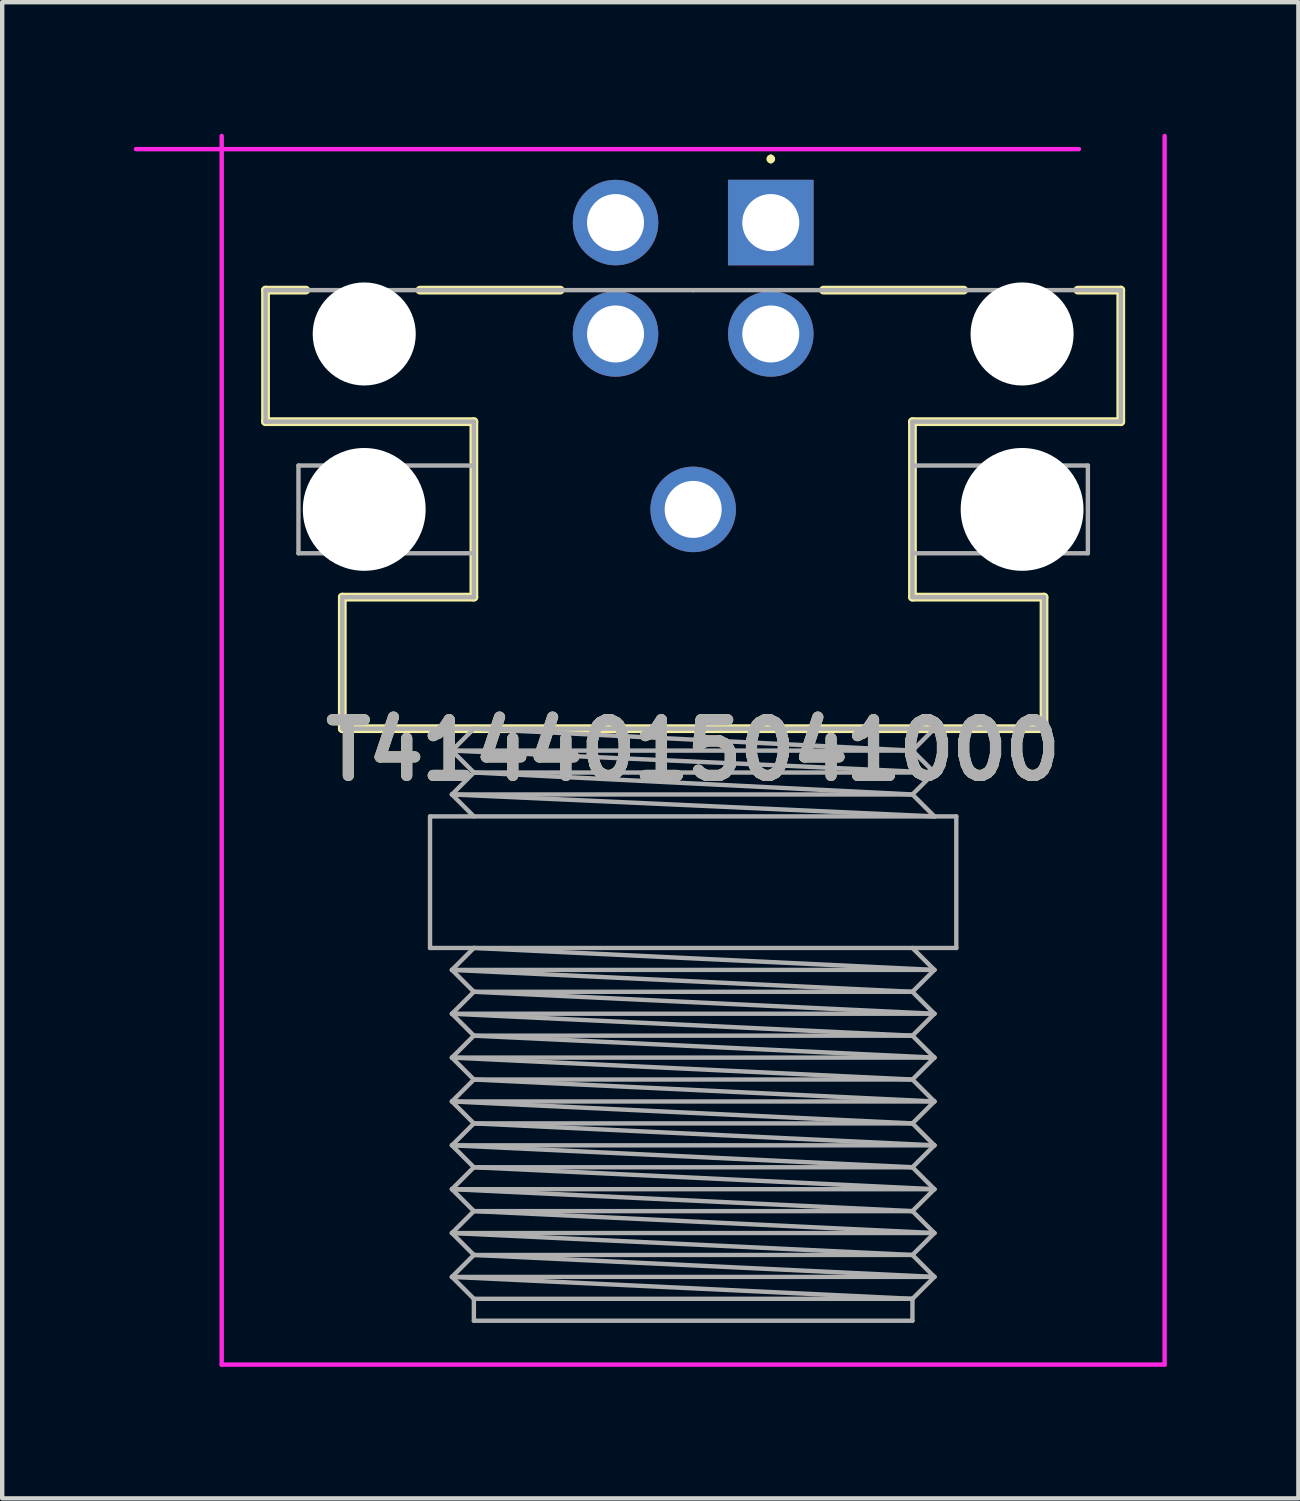
<source format=kicad_pcb>
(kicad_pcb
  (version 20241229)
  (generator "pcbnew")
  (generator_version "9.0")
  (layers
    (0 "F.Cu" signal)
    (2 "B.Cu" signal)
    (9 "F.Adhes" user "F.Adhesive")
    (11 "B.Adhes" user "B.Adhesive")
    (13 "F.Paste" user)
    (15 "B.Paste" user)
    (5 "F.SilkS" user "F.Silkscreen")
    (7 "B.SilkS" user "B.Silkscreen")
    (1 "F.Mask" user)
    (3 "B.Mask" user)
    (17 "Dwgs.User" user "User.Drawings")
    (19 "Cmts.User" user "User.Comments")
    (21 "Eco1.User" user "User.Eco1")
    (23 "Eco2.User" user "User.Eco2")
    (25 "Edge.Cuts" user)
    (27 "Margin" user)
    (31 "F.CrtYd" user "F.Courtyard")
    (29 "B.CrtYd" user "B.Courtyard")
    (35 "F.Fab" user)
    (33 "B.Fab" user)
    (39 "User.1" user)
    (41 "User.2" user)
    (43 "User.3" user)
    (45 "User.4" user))
  (footprint "T4144015041000"
    (layer "F.Cu")
    (at 14.525 2.025)
    (property "Reference" "T4144015041000" (at -1.77 12.032 0) (layer "F.SilkS") (effects (font (size 1.27 1.27) (thickness 0.254))))
    (attr through_hole)
    (fp_line (start -11.52 1.54) (end -10.6 1.54) (stroke (width 0.2) (type solid)) (layer "F.SilkS"))
    (fp_line (start -11.52 4.54) (end -11.52 1.54) (stroke (width 0.2) (type solid)) (layer "F.SilkS"))
    (fp_line (start -9.77 8.54) (end -6.77 8.54) (stroke (width 0.2) (type solid)) (layer "F.SilkS"))
    (fp_line (start -9.77 11.54) (end -9.77 8.54) (stroke (width 0.2) (type solid)) (layer "F.SilkS"))
    (fp_line (start -8 1.54) (end -4.8 1.54) (stroke (width 0.2) (type solid)) (layer "F.SilkS"))
    (fp_line (start -6.77 4.54) (end -11.52 4.54) (stroke (width 0.2) (type solid)) (layer "F.SilkS"))
    (fp_line (start -6.77 8.54) (end -6.77 4.54) (stroke (width 0.2) (type solid)) (layer "F.SilkS"))
    (fp_line (start 0 -1.5) (end 0 -1.5) (stroke (width 0.1) (type solid)) (layer "F.SilkS"))
    (fp_line (start 0 -1.4) (end 0 -1.4) (stroke (width 0.1) (type solid)) (layer "F.SilkS"))
    (fp_line (start 1.2 1.54) (end 4.4 1.54) (stroke (width 0.2) (type solid)) (layer "F.SilkS"))
    (fp_line (start 3.23 4.54) (end 3.23 8.54) (stroke (width 0.2) (type solid)) (layer "F.SilkS"))
    (fp_line (start 3.23 8.54) (end 6.23 8.54) (stroke (width 0.2) (type solid)) (layer "F.SilkS"))
    (fp_line (start 6.23 8.54) (end 6.23 11.54) (stroke (width 0.2) (type solid)) (layer "F.SilkS"))
    (fp_line (start 6.23 11.54) (end -9.77 11.54) (stroke (width 0.2) (type solid)) (layer "F.SilkS"))
    (fp_line (start 7 1.54) (end 7.98 1.54) (stroke (width 0.2) (type solid)) (layer "F.SilkS"))
    (fp_line (start 7.98 1.54) (end 7.98 4.54) (stroke (width 0.2) (type solid)) (layer "F.SilkS"))
    (fp_line (start 7.98 4.54) (end 3.23 4.54) (stroke (width 0.2) (type solid)) (layer "F.SilkS"))
    (fp_arc (start 0 -1.5) (mid 0.05 -1.45) (end 0 -1.4) (stroke (width 0.1) (type solid)) (layer "F.SilkS"))
    (fp_arc (start 0 -1.4) (mid -0.05 -1.45) (end 0 -1.5) (stroke (width 0.1) (type solid)) (layer "F.SilkS"))
    (fp_line (start -14.475 -1.675) (end 7.025 -1.675) (stroke (width 0.1) (type solid)) (layer "F.CrtYd"))
    (fp_line (start -12.52 26.04) (end -12.52 -1.975) (stroke (width 0.1) (type solid)) (layer "F.CrtYd"))
    (fp_line (start 8.98 -1.975) (end 8.98 26.04) (stroke (width 0.1) (type solid)) (layer "F.CrtYd"))
    (fp_line (start 8.98 26.04) (end -12.52 26.04) (stroke (width 0.1) (type solid)) (layer "F.CrtYd"))
    (fp_line (start -11.52 1.54) (end -1.77 1.54) (stroke (width 0.1) (type solid)) (layer "F.Fab"))
    (fp_line (start -11.52 4.54) (end -11.52 1.54) (stroke (width 0.1) (type solid)) (layer "F.Fab"))
    (fp_line (start -10.77 5.54) (end -10.77 7.54) (stroke (width 0.1) (type solid)) (layer "F.Fab"))
    (fp_line (start -10.77 7.54) (end -6.77 7.54) (stroke (width 0.1) (type solid)) (layer "F.Fab"))
    (fp_line (start -9.77 8.54) (end -6.77 8.54) (stroke (width 0.1) (type solid)) (layer "F.Fab"))
    (fp_line (start -9.77 11.54) (end -9.77 8.54) (stroke (width 0.1) (type solid)) (layer "F.Fab"))
    (fp_line (start -7.77 13.54) (end 4.23 13.54) (stroke (width 0.1) (type solid)) (layer "F.Fab"))
    (fp_line (start -7.77 16.54) (end -7.77 13.54) (stroke (width 0.1) (type solid)) (layer "F.Fab"))
    (fp_line (start -7.27 12.04) (end -6.77 12.54) (stroke (width 0.1) (type solid)) (layer "F.Fab"))
    (fp_line (start -7.27 12.04) (end 3.73 12.54) (stroke (width 0.1) (type solid)) (layer "F.Fab"))
    (fp_line (start -7.27 13.04) (end -6.77 13.54) (stroke (width 0.1) (type solid)) (layer "F.Fab"))
    (fp_line (start -7.27 13.04) (end 3.73 13.54) (stroke (width 0.1) (type solid)) (layer "F.Fab"))
    (fp_line (start -7.27 17.04) (end -6.77 17.54) (stroke (width 0.1) (type solid)) (layer "F.Fab"))
    (fp_line (start -7.27 17.04) (end 3.23 17.54) (stroke (width 0.1) (type solid)) (layer "F.Fab"))
    (fp_line (start -7.27 18.04) (end -6.77 18.54) (stroke (width 0.1) (type solid)) (layer "F.Fab"))
    (fp_line (start -7.27 18.04) (end 3.23 18.54) (stroke (width 0.1) (type solid)) (layer "F.Fab"))
    (fp_line (start -7.27 19.04) (end -6.77 19.54) (stroke (width 0.1) (type solid)) (layer "F.Fab"))
    (fp_line (start -7.27 19.04) (end 3.23 19.54) (stroke (width 0.1) (type solid)) (layer "F.Fab"))
    (fp_line (start -7.27 20.04) (end -6.77 20.54) (stroke (width 0.1) (type solid)) (layer "F.Fab"))
    (fp_line (start -7.27 20.04) (end 3.23 20.54) (stroke (width 0.1) (type solid)) (layer "F.Fab"))
    (fp_line (start -7.27 21.04) (end -6.77 21.54) (stroke (width 0.1) (type solid)) (layer "F.Fab"))
    (fp_line (start -7.27 21.04) (end 3.23 21.54) (stroke (width 0.1) (type solid)) (layer "F.Fab"))
    (fp_line (start -7.27 22.04) (end -6.77 22.54) (stroke (width 0.1) (type solid)) (layer "F.Fab"))
    (fp_line (start -7.27 22.04) (end 3.23 22.54) (stroke (width 0.1) (type solid)) (layer "F.Fab"))
    (fp_line (start -7.27 23.04) (end -6.77 23.54) (stroke (width 0.1) (type solid)) (layer "F.Fab"))
    (fp_line (start -7.27 23.04) (end 3.23 23.54) (stroke (width 0.1) (type solid)) (layer "F.Fab"))
    (fp_line (start -7.27 24.04) (end -6.77 24.54) (stroke (width 0.1) (type solid)) (layer "F.Fab"))
    (fp_line (start -7.27 24.04) (end 3.23 24.54) (stroke (width 0.1) (type solid)) (layer "F.Fab"))
    (fp_line (start -6.77 4.54) (end -11.52 4.54) (stroke (width 0.1) (type solid)) (layer "F.Fab"))
    (fp_line (start -6.77 5.54) (end -10.77 5.54) (stroke (width 0.1) (type solid)) (layer "F.Fab"))
    (fp_line (start -6.77 8.54) (end -6.77 4.54) (stroke (width 0.1) (type solid)) (layer "F.Fab"))
    (fp_line (start -6.77 11.54) (end -7.27 12.04) (stroke (width 0.1) (type solid)) (layer "F.Fab"))
    (fp_line (start -6.77 11.54) (end 3.23 12.04) (stroke (width 0.1) (type solid)) (layer "F.Fab"))
    (fp_line (start -6.77 12.54) (end -7.27 13.04) (stroke (width 0.1) (type solid)) (layer "F.Fab"))
    (fp_line (start -6.77 12.54) (end 3.23 13.04) (stroke (width 0.1) (type solid)) (layer "F.Fab"))
    (fp_line (start -6.77 16.54) (end -7.27 17.04) (stroke (width 0.1) (type solid)) (layer "F.Fab"))
    (fp_line (start -6.77 16.54) (end 3.73 17.04) (stroke (width 0.1) (type solid)) (layer "F.Fab"))
    (fp_line (start -6.77 17.54) (end -7.27 18.04) (stroke (width 0.1) (type solid)) (layer "F.Fab"))
    (fp_line (start -6.77 17.54) (end 3.73 18.04) (stroke (width 0.1) (type solid)) (layer "F.Fab"))
    (fp_line (start -6.77 18.54) (end -7.27 19.04) (stroke (width 0.1) (type solid)) (layer "F.Fab"))
    (fp_line (start -6.77 18.54) (end 3.73 19.04) (stroke (width 0.1) (type solid)) (layer "F.Fab"))
    (fp_line (start -6.77 19.54) (end -7.27 20.04) (stroke (width 0.1) (type solid)) (layer "F.Fab"))
    (fp_line (start -6.77 19.54) (end 3.73 20.04) (stroke (width 0.1) (type solid)) (layer "F.Fab"))
    (fp_line (start -6.77 20.54) (end -7.27 21.04) (stroke (width 0.1) (type solid)) (layer "F.Fab"))
    (fp_line (start -6.77 20.54) (end 3.73 21.04) (stroke (width 0.1) (type solid)) (layer "F.Fab"))
    (fp_line (start -6.77 21.54) (end -7.27 22.04) (stroke (width 0.1) (type solid)) (layer "F.Fab"))
    (fp_line (start -6.77 21.54) (end 3.73 22.04) (stroke (width 0.1) (type solid)) (layer "F.Fab"))
    (fp_line (start -6.77 22.54) (end -7.27 23.04) (stroke (width 0.1) (type solid)) (layer "F.Fab"))
    (fp_line (start -6.77 22.54) (end 3.73 23.04) (stroke (width 0.1) (type solid)) (layer "F.Fab"))
    (fp_line (start -6.77 23.54) (end -7.27 24.04) (stroke (width 0.1) (type solid)) (layer "F.Fab"))
    (fp_line (start -6.77 23.54) (end 3.73 24.04) (stroke (width 0.1) (type solid)) (layer "F.Fab"))
    (fp_line (start -6.77 24.54) (end -6.77 25.04) (stroke (width 0.1) (type solid)) (layer "F.Fab"))
    (fp_line (start -6.77 25.04) (end 3.23 25.04) (stroke (width 0.1) (type solid)) (layer "F.Fab"))
    (fp_line (start -1.77 1.54) (end 7.98 1.54) (stroke (width 0.1) (type solid)) (layer "F.Fab"))
    (fp_line (start 3.23 4.54) (end 3.23 8.54) (stroke (width 0.1) (type solid)) (layer "F.Fab"))
    (fp_line (start 3.23 5.54) (end 7.23 5.54) (stroke (width 0.1) (type solid)) (layer "F.Fab"))
    (fp_line (start 3.23 8.54) (end 6.23 8.54) (stroke (width 0.1) (type solid)) (layer "F.Fab"))
    (fp_line (start 3.23 12.04) (end -7.27 12.04) (stroke (width 0.1) (type solid)) (layer "F.Fab"))
    (fp_line (start 3.23 12.04) (end 3.73 12.54) (stroke (width 0.1) (type solid)) (layer "F.Fab"))
    (fp_line (start 3.23 13.04) (end -7.27 13.04) (stroke (width 0.1) (type solid)) (layer "F.Fab"))
    (fp_line (start 3.23 13.04) (end 3.73 13.54) (stroke (width 0.1) (type solid)) (layer "F.Fab"))
    (fp_line (start 3.23 17.54) (end -6.77 17.54) (stroke (width 0.1) (type solid)) (layer "F.Fab"))
    (fp_line (start 3.23 17.54) (end 3.73 17.04) (stroke (width 0.1) (type solid)) (layer "F.Fab"))
    (fp_line (start 3.23 18.54) (end -6.77 18.54) (stroke (width 0.1) (type solid)) (layer "F.Fab"))
    (fp_line (start 3.23 18.54) (end 3.73 18.04) (stroke (width 0.1) (type solid)) (layer "F.Fab"))
    (fp_line (start 3.23 19.54) (end -6.77 19.54) (stroke (width 0.1) (type solid)) (layer "F.Fab"))
    (fp_line (start 3.23 19.54) (end 3.73 19.04) (stroke (width 0.1) (type solid)) (layer "F.Fab"))
    (fp_line (start 3.23 20.54) (end -6.77 20.54) (stroke (width 0.1) (type solid)) (layer "F.Fab"))
    (fp_line (start 3.23 20.54) (end 3.73 20.04) (stroke (width 0.1) (type solid)) (layer "F.Fab"))
    (fp_line (start 3.23 21.54) (end -6.77 21.54) (stroke (width 0.1) (type solid)) (layer "F.Fab"))
    (fp_line (start 3.23 21.54) (end 3.73 21.04) (stroke (width 0.1) (type solid)) (layer "F.Fab"))
    (fp_line (start 3.23 22.54) (end -6.77 22.54) (stroke (width 0.1) (type solid)) (layer "F.Fab"))
    (fp_line (start 3.23 22.54) (end 3.73 22.04) (stroke (width 0.1) (type solid)) (layer "F.Fab"))
    (fp_line (start 3.23 23.54) (end -6.77 23.54) (stroke (width 0.1) (type solid)) (layer "F.Fab"))
    (fp_line (start 3.23 23.54) (end 3.73 23.04) (stroke (width 0.1) (type solid)) (layer "F.Fab"))
    (fp_line (start 3.23 24.54) (end -6.77 24.54) (stroke (width 0.1) (type solid)) (layer "F.Fab"))
    (fp_line (start 3.23 24.54) (end 3.73 24.04) (stroke (width 0.1) (type solid)) (layer "F.Fab"))
    (fp_line (start 3.23 25.04) (end 3.23 24.54) (stroke (width 0.1) (type solid)) (layer "F.Fab"))
    (fp_line (start 3.73 11.54) (end 3.23 12.04) (stroke (width 0.1) (type solid)) (layer "F.Fab"))
    (fp_line (start 3.73 12.54) (end -6.77 12.54) (stroke (width 0.1) (type solid)) (layer "F.Fab"))
    (fp_line (start 3.73 12.54) (end 3.23 13.04) (stroke (width 0.1) (type solid)) (layer "F.Fab"))
    (fp_line (start 3.73 17.04) (end -7.27 17.04) (stroke (width 0.1) (type solid)) (layer "F.Fab"))
    (fp_line (start 3.73 17.04) (end 3.23 16.54) (stroke (width 0.1) (type solid)) (layer "F.Fab"))
    (fp_line (start 3.73 18.04) (end -7.27 18.04) (stroke (width 0.1) (type solid)) (layer "F.Fab"))
    (fp_line (start 3.73 18.04) (end 3.23 17.54) (stroke (width 0.1) (type solid)) (layer "F.Fab"))
    (fp_line (start 3.73 19.04) (end -7.27 19.04) (stroke (width 0.1) (type solid)) (layer "F.Fab"))
    (fp_line (start 3.73 19.04) (end 3.23 18.54) (stroke (width 0.1) (type solid)) (layer "F.Fab"))
    (fp_line (start 3.73 20.04) (end -7.27 20.04) (stroke (width 0.1) (type solid)) (layer "F.Fab"))
    (fp_line (start 3.73 20.04) (end 3.23 19.54) (stroke (width 0.1) (type solid)) (layer "F.Fab"))
    (fp_line (start 3.73 21.04) (end -7.27 21.04) (stroke (width 0.1) (type solid)) (layer "F.Fab"))
    (fp_line (start 3.73 21.04) (end 3.23 20.54) (stroke (width 0.1) (type solid)) (layer "F.Fab"))
    (fp_line (start 3.73 22.04) (end -7.27 22.04) (stroke (width 0.1) (type solid)) (layer "F.Fab"))
    (fp_line (start 3.73 22.04) (end 3.23 21.54) (stroke (width 0.1) (type solid)) (layer "F.Fab"))
    (fp_line (start 3.73 23.04) (end -7.27 23.04) (stroke (width 0.1) (type solid)) (layer "F.Fab"))
    (fp_line (start 3.73 23.04) (end 3.23 22.54) (stroke (width 0.1) (type solid)) (layer "F.Fab"))
    (fp_line (start 3.73 24.04) (end -7.27 24.04) (stroke (width 0.1) (type solid)) (layer "F.Fab"))
    (fp_line (start 3.73 24.04) (end 3.23 23.54) (stroke (width 0.1) (type solid)) (layer "F.Fab"))
    (fp_line (start 4.23 13.54) (end 4.23 16.54) (stroke (width 0.1) (type solid)) (layer "F.Fab"))
    (fp_line (start 4.23 16.54) (end -7.77 16.54) (stroke (width 0.1) (type solid)) (layer "F.Fab"))
    (fp_line (start 6.23 8.54) (end 6.23 11.54) (stroke (width 0.1) (type solid)) (layer "F.Fab"))
    (fp_line (start 6.23 11.54) (end -9.77 11.54) (stroke (width 0.1) (type solid)) (layer "F.Fab"))
    (fp_line (start 7.23 5.54) (end 7.23 7.54) (stroke (width 0.1) (type solid)) (layer "F.Fab"))
    (fp_line (start 7.23 7.54) (end 3.23 7.54) (stroke (width 0.1) (type solid)) (layer "F.Fab"))
    (fp_line (start 7.98 1.54) (end 7.98 4.54) (stroke (width 0.1) (type solid)) (layer "F.Fab"))
    (fp_line (start 7.98 4.54) (end 3.23 4.54) (stroke (width 0.1) (type solid)) (layer "F.Fab"))
    (fp_text user "${REFERENCE}" (at -1.77 12.032 0) (layer "F.Fab") (effects (font (size 1.27 1.27) (thickness 0.254))))
    (pad "" np_thru_hole circle (at -9.27 2.54) (size 2.35 2.35) (drill 2.35) (layers "*.Cu" "*.Mask"))
    (pad "" np_thru_hole circle (at -9.27 6.54) (size 2.8 2.8) (drill 2.8) (layers "*.Cu" "*.Mask"))
    (pad "" np_thru_hole circle (at 5.73 2.54) (size 2.35 2.35) (drill 2.35) (layers "*.Cu" "*.Mask"))
    (pad "" np_thru_hole circle (at 5.73 6.54) (size 2.8 2.8) (drill 2.8) (layers "*.Cu" "*.Mask"))
    (pad "1" thru_hole rect (at 0 0) (size 1.95 1.95) (drill 1.3) (layers "*.Cu" "*.Mask"))
    (pad "2" thru_hole circle (at -3.54 0) (size 1.95 1.95) (drill 1.3) (layers "*.Cu" "*.Mask"))
    (pad "3" thru_hole circle (at -3.54 2.54) (size 1.95 1.95) (drill 1.3) (layers "*.Cu" "*.Mask"))
    (pad "4" thru_hole circle (at 0 2.54) (size 1.95 1.95) (drill 1.3) (layers "*.Cu" "*.Mask"))
    (pad "MP" thru_hole circle (at -1.77 6.54) (size 1.95 1.95) (drill 1.3) (layers "*.Cu" "*.Mask")))
  (gr_rect
    (start -3 -3)
    (end 26.555 31.115)
    (stroke (width 0.1) (type default))
    (fill no)
    (layer "Edge.Cuts")))
</source>
